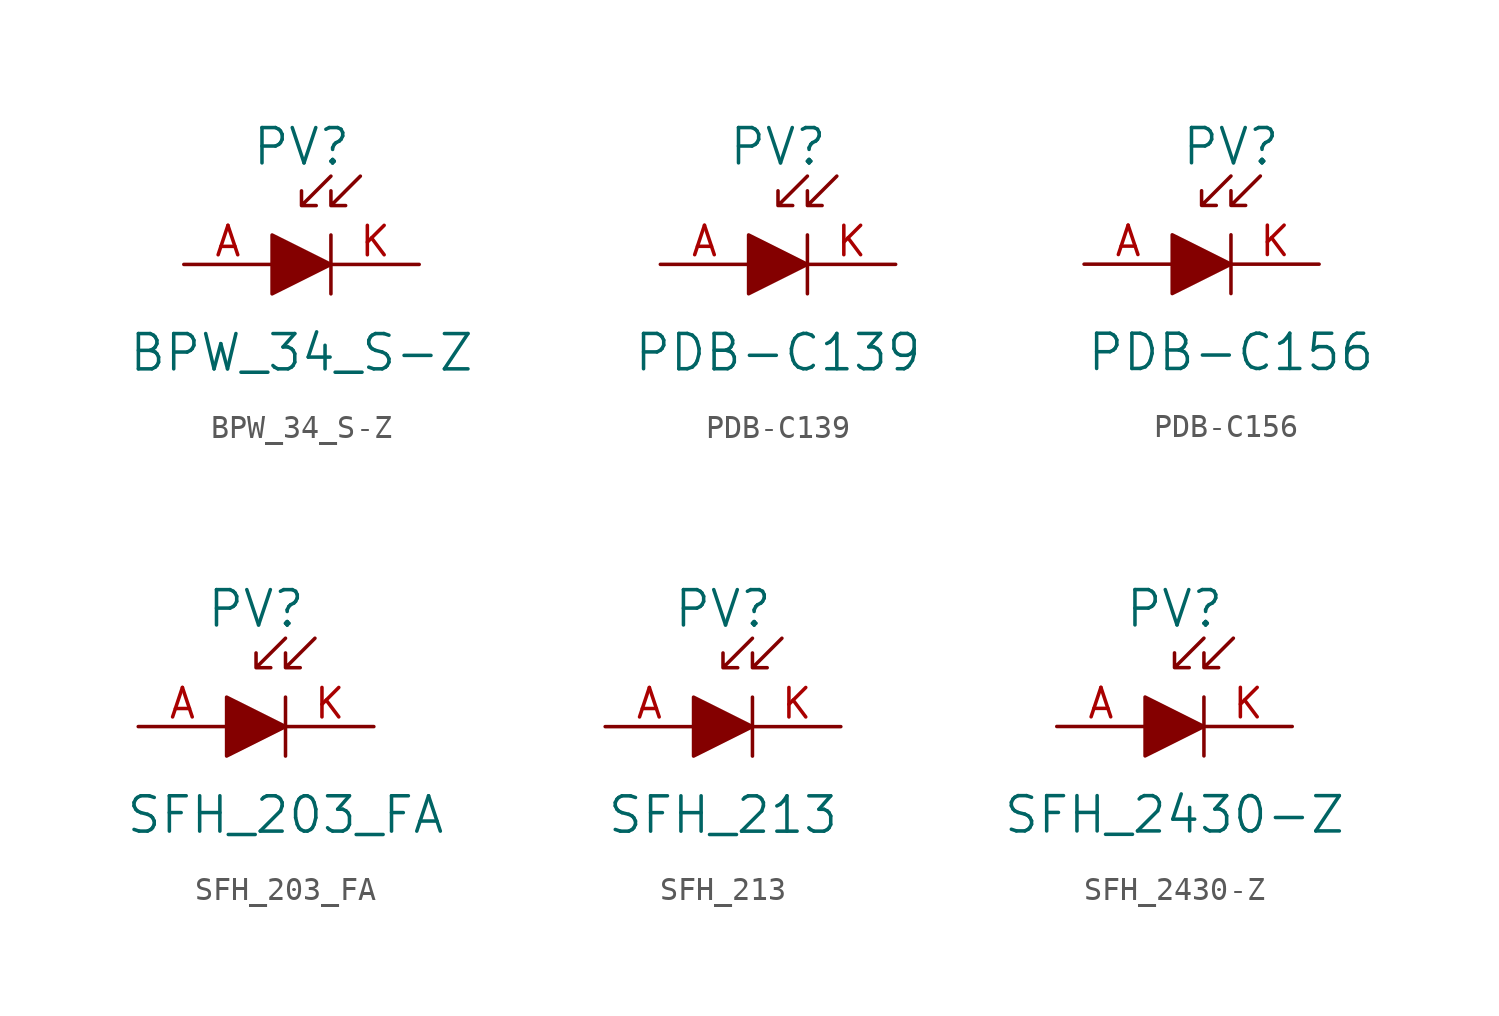
<source format=kicad_sym>
(kicad_symbol_lib
  (version 20211014)
  (generator kicad_symbol_editor)
  (symbol "BPW_34_S-Z"
    (pin_names
      (offset 0))
    (property "Reference" "PV"
      (at 0 5.08 0)
      (effects (font (size 1.524 1.524))))
    (property "Value" "BPW_34_S-Z"
      (at 0 -3.81 0)
      (effects (font (size 1.524 1.524))))
    (symbol "BPW_34_S-Z_0_1"
      (polyline (pts (xy 1.27 1.27) (xy 1.27 -1.27)) (stroke (width 0) (type default) (color 0 0 0 0)) (fill (type none)))
      (polyline (pts (xy -1.27 1.27) (xy -1.27 -1.27) (xy 1.27 0) (xy -1.27 1.27)) (stroke (width 0) (type default) (color 0 0 0 0)) (fill (type outline)))
      (polyline (pts (xy 0 2.54) (xy 0.635 2.54) (xy 0 2.54) (xy 0 3.175) (xy 0 2.54) (xy 1.27 3.81)) (stroke (width 0) (type default) (color 0 0 0 0)) (fill (type none)))
      (polyline (pts (xy 1.27 2.54) (xy 1.27 3.175) (xy 1.27 2.54) (xy 1.905 2.54) (xy 1.27 2.54) (xy 2.54 3.81)) (stroke (width 0) (type default) (color 0 0 0 0)) (fill (type none))))
    (symbol "BPW_34_S-Z_1_1"
      (pin passive line (at -5.08 0 0) (length 3.81) (name "~" (effects (font (size 1.27 1.27)))) (number "A" (effects (font (size 1.27 1.27)))))
      (pin passive line (at 5.08 0 180) (length 3.81) (name "~" (effects (font (size 1.27 1.27)))) (number "K" (effects (font (size 1.27 1.27)))))))
  (symbol "PDB-C139"
    (pin_names
      (offset 0))
    (property "Reference" "PV"
      (at 0 5.08 0)
      (effects (font (size 1.524 1.524))))
    (property "Value" "PDB-C139"
      (at 0 -3.81 0)
      (effects (font (size 1.524 1.524))))
    (symbol "PDB-C139_0_1"
      (polyline (pts (xy 1.27 1.27) (xy 1.27 -1.27)) (stroke (width 0) (type default) (color 0 0 0 0)) (fill (type none)))
      (polyline (pts (xy -1.27 1.27) (xy -1.27 -1.27) (xy 1.27 0) (xy -1.27 1.27)) (stroke (width 0) (type default) (color 0 0 0 0)) (fill (type outline)))
      (polyline (pts (xy 0 2.54) (xy 0.635 2.54) (xy 0 2.54) (xy 0 3.175) (xy 0 2.54) (xy 1.27 3.81)) (stroke (width 0) (type default) (color 0 0 0 0)) (fill (type none)))
      (polyline (pts (xy 1.27 2.54) (xy 1.27 3.175) (xy 1.27 2.54) (xy 1.905 2.54) (xy 1.27 2.54) (xy 2.54 3.81)) (stroke (width 0) (type default) (color 0 0 0 0)) (fill (type none))))
    (symbol "PDB-C139_1_1"
      (pin passive line (at -5.08 0 0) (length 3.81) (name "~" (effects (font (size 1.27 1.27)))) (number "A" (effects (font (size 1.27 1.27)))))
      (pin passive line (at 5.08 0 180) (length 3.81) (name "~" (effects (font (size 1.27 1.27)))) (number "K" (effects (font (size 1.27 1.27)))))))
  (symbol "PDB-C156"
    (pin_names
      (offset 0) hide)
    (property "Reference" "PV"
      (at 1.27 5.08 0)
      (effects (font (size 1.524 1.524))))
    (property "Value" "PDB-C156"
      (at 1.27 -3.81 0)
      (effects (font (size 1.524 1.524))))
    (symbol "PDB-C156_0_1"
      (polyline (pts (xy 1.27 1.27) (xy 1.27 -1.27)) (stroke (width 0) (type default) (color 0 0 0 0)) (fill (type none)))
      (polyline (pts (xy -1.27 1.27) (xy -1.27 -1.27) (xy 1.27 0) (xy -1.27 1.27)) (stroke (width 0) (type default) (color 0 0 0 0)) (fill (type outline)))
      (polyline (pts (xy 0 2.54) (xy 0.635 2.54) (xy 0 2.54) (xy 0 3.175) (xy 0 2.54) (xy 1.27 3.81)) (stroke (width 0) (type default) (color 0 0 0 0)) (fill (type none)))
      (polyline (pts (xy 1.27 2.54) (xy 1.27 3.175) (xy 1.27 2.54) (xy 1.905 2.54) (xy 1.27 2.54) (xy 2.54 3.81)) (stroke (width 0) (type default) (color 0 0 0 0)) (fill (type none))))
    (symbol "PDB-C156_1_1"
      (pin passive line (at -5.08 0 0) (length 3.81) (name "~" (effects (font (size 1.27 1.27)))) (number "A" (effects (font (size 1.27 1.27)))))
      (pin passive line (at 5.08 0 180) (length 3.81) (name "~" (effects (font (size 1.27 1.27)))) (number "K" (effects (font (size 1.27 1.27)))))))
  (symbol "SFH_203_FA"
    (pin_names
      (offset 0))
    (property "Reference" "PV"
      (at 0 5.08 0)
      (effects (font (size 1.524 1.524))))
    (property "Value" "SFH_203_FA"
      (at 1.27 -3.81 0)
      (effects (font (size 1.524 1.524))))
    (symbol "SFH_203_FA_0_1"
      (polyline (pts (xy 1.27 1.27) (xy 1.27 -1.27)) (stroke (width 0) (type default) (color 0 0 0 0)) (fill (type none)))
      (polyline (pts (xy -1.27 1.27) (xy -1.27 -1.27) (xy 1.27 0) (xy -1.27 1.27)) (stroke (width 0) (type default) (color 0 0 0 0)) (fill (type outline)))
      (polyline (pts (xy 0 2.54) (xy 0.635 2.54) (xy 0 2.54) (xy 0 3.175) (xy 0 2.54) (xy 1.27 3.81)) (stroke (width 0) (type default) (color 0 0 0 0)) (fill (type none)))
      (polyline (pts (xy 1.27 2.54) (xy 1.27 3.175) (xy 1.27 2.54) (xy 1.905 2.54) (xy 1.27 2.54) (xy 2.54 3.81)) (stroke (width 0) (type default) (color 0 0 0 0)) (fill (type none))))
    (symbol "SFH_203_FA_1_1"
      (pin passive line (at -5.08 0 0) (length 3.81) (name "~" (effects (font (size 1.27 1.27)))) (number "A" (effects (font (size 1.27 1.27)))))
      (pin passive line (at 5.08 0 180) (length 3.81) (name "~" (effects (font (size 1.27 1.27)))) (number "K" (effects (font (size 1.27 1.27)))))))
  (symbol "SFH_213"
    (pin_names
      (offset 0))
    (property "Reference" "PV"
      (at 0 5.08 0)
      (effects (font (size 1.524 1.524))))
    (property "Value" "SFH_213"
      (at 0 -3.81 0)
      (effects (font (size 1.524 1.524))))
    (symbol "SFH_213_0_1"
      (polyline (pts (xy 1.27 1.27) (xy 1.27 -1.27)) (stroke (width 0) (type default) (color 0 0 0 0)) (fill (type none)))
      (polyline (pts (xy -1.27 1.27) (xy -1.27 -1.27) (xy 1.27 0) (xy -1.27 1.27)) (stroke (width 0) (type default) (color 0 0 0 0)) (fill (type outline)))
      (polyline (pts (xy 0 2.54) (xy 0.635 2.54) (xy 0 2.54) (xy 0 3.175) (xy 0 2.54) (xy 1.27 3.81)) (stroke (width 0) (type default) (color 0 0 0 0)) (fill (type none)))
      (polyline (pts (xy 1.27 2.54) (xy 1.27 3.175) (xy 1.27 2.54) (xy 1.905 2.54) (xy 1.27 2.54) (xy 2.54 3.81)) (stroke (width 0) (type default) (color 0 0 0 0)) (fill (type none))))
    (symbol "SFH_213_1_1"
      (pin passive line (at -5.08 0 0) (length 3.81) (name "~" (effects (font (size 1.27 1.27)))) (number "A" (effects (font (size 1.27 1.27)))))
      (pin passive line (at 5.08 0 180) (length 3.81) (name "~" (effects (font (size 1.27 1.27)))) (number "K" (effects (font (size 1.27 1.27)))))))
  (symbol "SFH_2430-Z"
    (pin_names
      (offset 0))
    (property "Reference" "PV"
      (at 0 5.08 0)
      (effects (font (size 1.524 1.524))))
    (property "Value" "SFH_2430-Z"
      (at 0 -3.81 0)
      (effects (font (size 1.524 1.524))))
    (symbol "SFH_2430-Z_0_1"
      (polyline (pts (xy 1.27 1.27) (xy 1.27 -1.27)) (stroke (width 0) (type default) (color 0 0 0 0)) (fill (type none)))
      (polyline (pts (xy -1.27 1.27) (xy -1.27 -1.27) (xy 1.27 0) (xy -1.27 1.27)) (stroke (width 0) (type default) (color 0 0 0 0)) (fill (type outline)))
      (polyline (pts (xy 0 2.54) (xy 0.635 2.54) (xy 0 2.54) (xy 0 3.175) (xy 0 2.54) (xy 1.27 3.81)) (stroke (width 0) (type default) (color 0 0 0 0)) (fill (type none)))
      (polyline (pts (xy 1.27 2.54) (xy 1.27 3.175) (xy 1.27 2.54) (xy 1.905 2.54) (xy 1.27 2.54) (xy 2.54 3.81)) (stroke (width 0) (type default) (color 0 0 0 0)) (fill (type none))))
    (symbol "SFH_2430-Z_1_1"
      (pin passive line (at -5.08 0 0) (length 3.81) (name "~" (effects (font (size 1.27 1.27)))) (number "A" (effects (font (size 1.27 1.27)))))
      (pin passive line (at 5.08 0 180) (length 3.81) (name "~" (effects (font (size 1.27 1.27)))) (number "K" (effects (font (size 1.27 1.27))))))))
</source>
